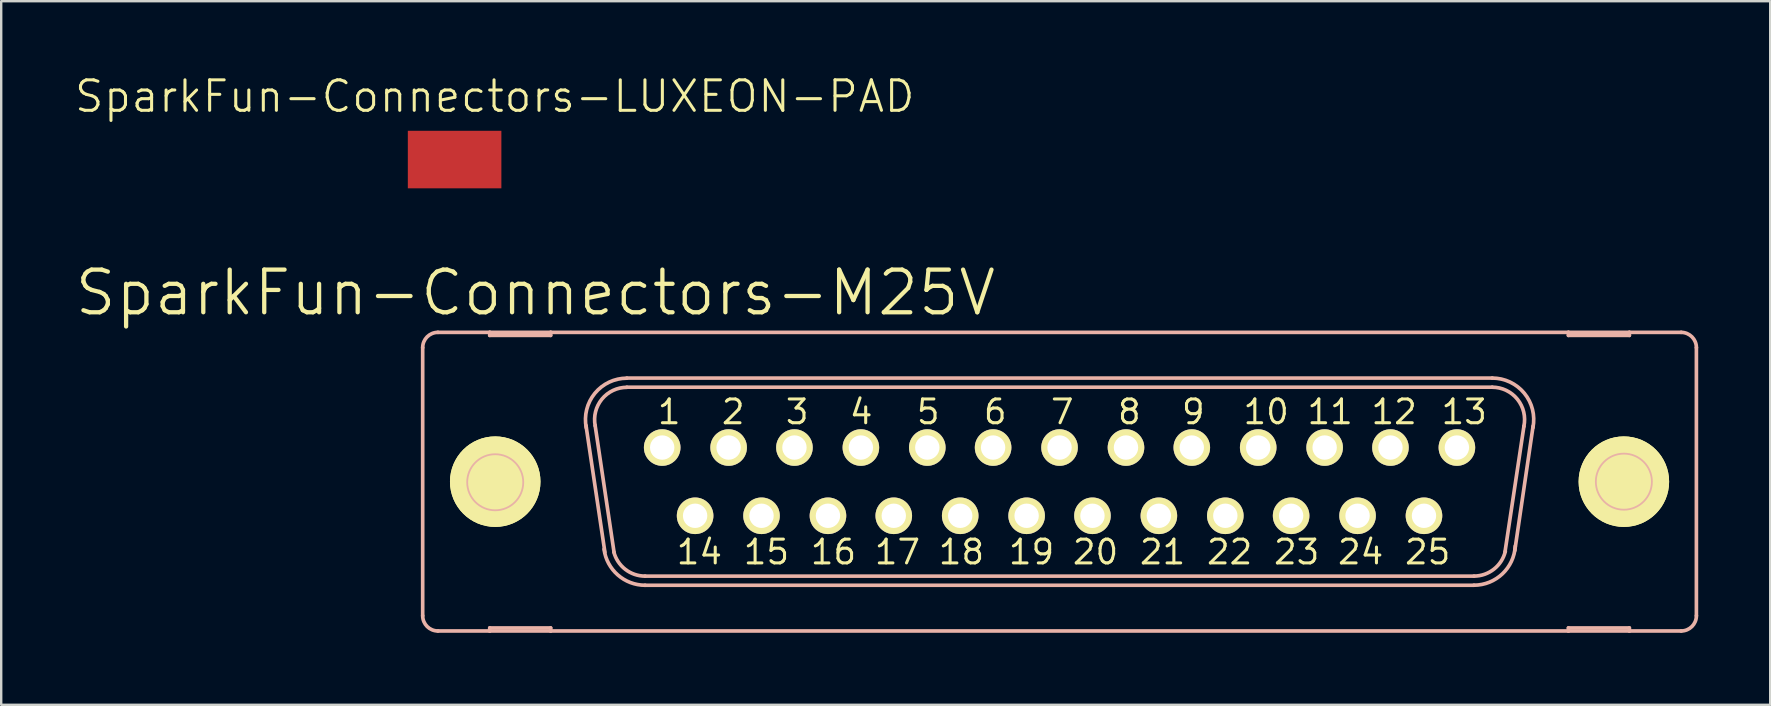
<source format=kicad_pcb>
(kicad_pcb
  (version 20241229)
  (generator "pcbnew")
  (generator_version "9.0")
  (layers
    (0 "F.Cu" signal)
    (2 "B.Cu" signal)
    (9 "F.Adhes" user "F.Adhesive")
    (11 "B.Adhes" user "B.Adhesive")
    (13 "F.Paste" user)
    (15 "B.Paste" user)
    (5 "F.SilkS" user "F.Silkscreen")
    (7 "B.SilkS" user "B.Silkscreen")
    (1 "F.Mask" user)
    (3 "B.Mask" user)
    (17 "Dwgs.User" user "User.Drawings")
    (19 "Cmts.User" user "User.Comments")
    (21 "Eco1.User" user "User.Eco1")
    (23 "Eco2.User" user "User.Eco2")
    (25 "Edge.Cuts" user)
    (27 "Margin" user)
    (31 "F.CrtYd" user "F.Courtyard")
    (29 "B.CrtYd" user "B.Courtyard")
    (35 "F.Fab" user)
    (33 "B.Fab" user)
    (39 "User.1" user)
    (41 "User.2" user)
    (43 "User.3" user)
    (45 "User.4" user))
  (footprint "SparkFun-Connectors-LUXEON-PAD"
    (layer "F.Cu")
    (at 15.897 3.6)
    (property "Reference" "SparkFun-Connectors-LUXEON-PAD" (at 1.674 -2.634 0) (layer "F.SilkS") (effects (font (size 1.27 1.27) (thickness 0.127))))
    (attr smd)
    (pad "P$1" smd rect (at 0 0) (size 3.899 2.398) (layers "F.Cu" "F.Mask" "F.Paste")))
  (footprint "SparkFun-Connectors-M25V"
    (layer "F.Cu")
    (at 41.11 17.025)
    (property "Reference" "SparkFun-Connectors-M25V" (at -21.844 -7.874 0) (layer "F.SilkS") (effects (font (size 1.778 1.778) (thickness 0.178))))
    (attr exclude_from_pos_files exclude_from_bom)
    (fp_line (start -25.171 0) (end -21.869 0) (stroke (width 0.127) (type solid)) (layer "F.SilkS"))
    (fp_line (start -23.52 1.651) (end -23.52 -1.651) (stroke (width 0.127) (type solid)) (layer "F.SilkS"))
    (fp_line (start 21.869 0) (end 25.171 0) (stroke (width 0.127) (type solid)) (layer "F.SilkS"))
    (fp_line (start 23.52 1.651) (end 23.52 -1.651) (stroke (width 0.127) (type solid)) (layer "F.SilkS"))
    (fp_circle (center -23.52 0) (end -24.854 1.333) (stroke (width 0) (type solid)) (fill yes) (layer "F.SilkS"))
    (fp_circle (center -23.52 0) (end -24.854 1.333) (stroke (width 0) (type solid)) (fill yes) (layer "F.SilkS"))
    (fp_circle (center -23.52 0) (end -24.346 0.826) (stroke (width 0.127) (type solid)) (fill no) (layer "F.SilkS"))
    (fp_circle (center -16.561 -1.422) (end -16.688 -1.549) (stroke (width 0.203) (type solid)) (fill no) (layer "F.SilkS"))
    (fp_circle (center -15.189 1.422) (end -15.316 1.549) (stroke (width 0.203) (type solid)) (fill no) (layer "F.SilkS"))
    (fp_circle (center -13.792 -1.422) (end -13.919 -1.549) (stroke (width 0.203) (type solid)) (fill no) (layer "F.SilkS"))
    (fp_circle (center -12.421 1.422) (end -12.548 1.549) (stroke (width 0.203) (type solid)) (fill no) (layer "F.SilkS"))
    (fp_circle (center -11.049 -1.422) (end -11.176 -1.549) (stroke (width 0.203) (type solid)) (fill no) (layer "F.SilkS"))
    (fp_circle (center -9.652 1.422) (end -9.779 1.549) (stroke (width 0.203) (type solid)) (fill no) (layer "F.SilkS"))
    (fp_circle (center -8.28 -1.422) (end -8.407 -1.549) (stroke (width 0.203) (type solid)) (fill no) (layer "F.SilkS"))
    (fp_circle (center -6.909 1.422) (end -7.036 1.549) (stroke (width 0.203) (type solid)) (fill no) (layer "F.SilkS"))
    (fp_circle (center -5.512 -1.422) (end -5.639 -1.549) (stroke (width 0.203) (type solid)) (fill no) (layer "F.SilkS"))
    (fp_circle (center -4.14 1.422) (end -4.267 1.549) (stroke (width 0.203) (type solid)) (fill no) (layer "F.SilkS"))
    (fp_circle (center -2.769 -1.422) (end -2.896 -1.549) (stroke (width 0.203) (type solid)) (fill no) (layer "F.SilkS"))
    (fp_circle (center -1.372 1.422) (end -1.499 1.549) (stroke (width 0.203) (type solid)) (fill no) (layer "F.SilkS"))
    (fp_circle (center 0 -1.422) (end -0.127 -1.549) (stroke (width 0.203) (type solid)) (fill no) (layer "F.SilkS"))
    (fp_circle (center 1.372 1.422) (end 1.499 1.549) (stroke (width 0.203) (type solid)) (fill no) (layer "F.SilkS"))
    (fp_circle (center 2.769 -1.422) (end 2.896 -1.549) (stroke (width 0.203) (type solid)) (fill no) (layer "F.SilkS"))
    (fp_circle (center 4.14 1.422) (end 4.267 1.549) (stroke (width 0.203) (type solid)) (fill no) (layer "F.SilkS"))
    (fp_circle (center 5.512 -1.422) (end 5.639 -1.549) (stroke (width 0.203) (type solid)) (fill no) (layer "F.SilkS"))
    (fp_circle (center 6.909 1.422) (end 7.036 1.549) (stroke (width 0.203) (type solid)) (fill no) (layer "F.SilkS"))
    (fp_circle (center 8.28 -1.422) (end 8.407 -1.549) (stroke (width 0.203) (type solid)) (fill no) (layer "F.SilkS"))
    (fp_circle (center 9.652 1.422) (end 9.779 1.549) (stroke (width 0.203) (type solid)) (fill no) (layer "F.SilkS"))
    (fp_circle (center 11.049 -1.422) (end 11.176 -1.549) (stroke (width 0.203) (type solid)) (fill no) (layer "F.SilkS"))
    (fp_circle (center 12.421 1.422) (end 12.548 1.549) (stroke (width 0.203) (type solid)) (fill no) (layer "F.SilkS"))
    (fp_circle (center 13.792 -1.422) (end 13.919 -1.549) (stroke (width 0.203) (type solid)) (fill no) (layer "F.SilkS"))
    (fp_circle (center 15.189 1.422) (end 15.316 1.549) (stroke (width 0.203) (type solid)) (fill no) (layer "F.SilkS"))
    (fp_circle (center 16.561 -1.422) (end 16.688 -1.549) (stroke (width 0.203) (type solid)) (fill no) (layer "F.SilkS"))
    (fp_circle (center 23.52 0) (end 24.346 0.826) (stroke (width 0.127) (type solid)) (fill no) (layer "F.SilkS"))
    (fp_circle (center 23.52 0) (end 24.854 1.333) (stroke (width 0) (type solid)) (fill yes) (layer "F.SilkS"))
    (fp_circle (center 23.52 0) (end 24.854 1.333) (stroke (width 0) (type solid)) (fill yes) (layer "F.SilkS"))
    (fp_line (start -26.543 -5.588) (end -26.543 5.588) (stroke (width 0.152) (type solid)) (layer "B.SilkS"))
    (fp_line (start -25.908 6.223) (end -23.749 6.223) (stroke (width 0.152) (type solid)) (layer "B.SilkS"))
    (fp_line (start -23.749 -6.223) (end -25.908 -6.223) (stroke (width 0.152) (type solid)) (layer "B.SilkS"))
    (fp_line (start -23.749 -6.223) (end -23.749 -6.096) (stroke (width 0.152) (type solid)) (layer "B.SilkS"))
    (fp_line (start -23.749 -6.096) (end -21.209 -6.096) (stroke (width 0.152) (type solid)) (layer "B.SilkS"))
    (fp_line (start -23.749 6.096) (end -21.209 6.096) (stroke (width 0.152) (type solid)) (layer "B.SilkS"))
    (fp_line (start -23.749 6.223) (end -23.749 6.096) (stroke (width 0.152) (type solid)) (layer "B.SilkS"))
    (fp_line (start -23.749 6.223) (end -21.209 6.223) (stroke (width 0.152) (type solid)) (layer "B.SilkS"))
    (fp_line (start -21.209 -6.223) (end -23.749 -6.223) (stroke (width 0.152) (type solid)) (layer "B.SilkS"))
    (fp_line (start -21.209 -6.096) (end -21.209 -6.223) (stroke (width 0.152) (type solid)) (layer "B.SilkS"))
    (fp_line (start -21.209 6.096) (end -21.209 6.223) (stroke (width 0.152) (type solid)) (layer "B.SilkS"))
    (fp_line (start -21.209 6.223) (end 21.209 6.223) (stroke (width 0.152) (type solid)) (layer "B.SilkS"))
    (fp_line (start -18.948 2.946) (end -19.736 -2.337) (stroke (width 0.152) (type solid)) (layer "B.SilkS"))
    (fp_line (start -18.567 2.946) (end -19.355 -2.337) (stroke (width 0.152) (type solid)) (layer "B.SilkS"))
    (fp_line (start -18.034 -4.318) (end 18.034 -4.318) (stroke (width 0.152) (type solid)) (layer "B.SilkS"))
    (fp_line (start -18.034 -3.937) (end 18.034 -3.937) (stroke (width 0.152) (type solid)) (layer "B.SilkS"))
    (fp_line (start -17.272 3.937) (end 17.272 3.937) (stroke (width 0.152) (type solid)) (layer "B.SilkS"))
    (fp_line (start -17.272 4.318) (end 17.272 4.318) (stroke (width 0.152) (type solid)) (layer "B.SilkS"))
    (fp_line (start 19.355 -2.311) (end 18.567 2.921) (stroke (width 0.152) (type solid)) (layer "B.SilkS"))
    (fp_line (start 19.736 -2.311) (end 18.974 2.87) (stroke (width 0.152) (type solid)) (layer "B.SilkS"))
    (fp_line (start 21.209 -6.223) (end -21.209 -6.223) (stroke (width 0.152) (type solid)) (layer "B.SilkS"))
    (fp_line (start 21.209 -6.223) (end 21.209 -6.096) (stroke (width 0.152) (type solid)) (layer "B.SilkS"))
    (fp_line (start 21.209 -6.096) (end 23.749 -6.096) (stroke (width 0.152) (type solid)) (layer "B.SilkS"))
    (fp_line (start 21.209 6.096) (end 23.749 6.096) (stroke (width 0.152) (type solid)) (layer "B.SilkS"))
    (fp_line (start 21.209 6.223) (end 21.209 6.096) (stroke (width 0.152) (type solid)) (layer "B.SilkS"))
    (fp_line (start 21.209 6.223) (end 23.749 6.223) (stroke (width 0.152) (type solid)) (layer "B.SilkS"))
    (fp_line (start 23.749 -6.223) (end 21.209 -6.223) (stroke (width 0.152) (type solid)) (layer "B.SilkS"))
    (fp_line (start 23.749 -6.096) (end 23.749 -6.223) (stroke (width 0.152) (type solid)) (layer "B.SilkS"))
    (fp_line (start 23.749 6.096) (end 23.749 6.223) (stroke (width 0.152) (type solid)) (layer "B.SilkS"))
    (fp_line (start 23.749 6.223) (end 25.908 6.223) (stroke (width 0.152) (type solid)) (layer "B.SilkS"))
    (fp_line (start 25.908 -6.223) (end 23.749 -6.223) (stroke (width 0.152) (type solid)) (layer "B.SilkS"))
    (fp_line (start 26.543 -5.588) (end 26.543 5.588) (stroke (width 0.152) (type solid)) (layer "B.SilkS"))
    (fp_arc (start -26.543 -5.588) (mid -26.357013 -6.037013) (end -25.908 -6.223) (stroke (width 0.1524) (type solid)) (layer "B.SilkS"))
    (fp_arc (start -25.908 6.223) (mid -26.357013 6.037013) (end -26.543 5.588) (stroke (width 0.1524) (type solid)) (layer "B.SilkS"))
    (fp_arc (start -19.72564 -2.25044) (mid -19.367826 -3.682187) (end -18.033801 -4.313302) (stroke (width 0.1524) (type solid)) (layer "B.SilkS"))
    (fp_arc (start -19.35226 -2.32664) (mid -19.072158 -3.441772) (end -18.03224 -3.932229) (stroke (width 0.1524) (type solid)) (layer "B.SilkS"))
    (fp_arc (start -17.272 3.937) (mid -18.096791 3.655415) (end -18.577188 2.928236) (stroke (width 0.1524) (type solid)) (layer "B.SilkS"))
    (fp_arc (start -17.272 4.318) (mid -18.410733 3.888069) (end -18.984341 2.814511) (stroke (width 0.1524) (type solid)) (layer "B.SilkS"))
    (fp_arc (start 18.034 -4.318) (mid 19.370628 -3.686179) (end 19.730797 -2.252285) (stroke (width 0.1524) (type solid)) (layer "B.SilkS"))
    (fp_arc (start 18.034 -3.937) (mid 19.083648 -3.435219) (end 19.35228 -2.303238) (stroke (width 0.1524) (type solid)) (layer "B.SilkS"))
    (fp_arc (start 18.5801 2.90322) (mid 18.104662 3.646284) (end 17.271518 3.936211) (stroke (width 0.1524) (type solid)) (layer "B.SilkS"))
    (fp_arc (start 18.99412 2.68478) (mid 18.456237 3.843381) (end 17.269364 4.315619) (stroke (width 0.1524) (type solid)) (layer "B.SilkS"))
    (fp_arc (start 25.908 -6.223) (mid 26.357013 -6.037013) (end 26.543 -5.588) (stroke (width 0.1524) (type solid)) (layer "B.SilkS"))
    (fp_arc (start 26.543 5.588) (mid 26.357013 6.037013) (end 25.908 6.223) (stroke (width 0.1524) (type solid)) (layer "B.SilkS"))
    (fp_circle (center -23.52 0.025) (end -24.346 0.851) (stroke (width 0.076) (type solid)) (fill no) (layer "B.SilkS"))
    (fp_circle (center 23.52 0) (end 24.346 0.826) (stroke (width 0.076) (type solid)) (fill no) (layer "B.SilkS"))
    (fp_text user "7" (at 0.114 -2.908 0) (layer "F.SilkS") (effects (font (size 0.991 0.991) (thickness 0.127))))
    (fp_text user "15" (at -12.217 2.934 0) (layer "F.SilkS") (effects (font (size 0.991 0.991) (thickness 0.127))))
    (fp_text user "18" (at -4.089 2.934 0) (layer "F.SilkS") (effects (font (size 0.991 0.991) (thickness 0.127))))
    (fp_text user "4" (at -8.268 -2.908 0) (layer "F.SilkS") (effects (font (size 0.991 0.991) (thickness 0.127))))
    (fp_text user "14" (at -15.011 2.934 0) (layer "F.SilkS") (effects (font (size 0.991 0.991) (thickness 0.127))))
    (fp_text user "17" (at -6.756 2.934 0) (layer "F.SilkS") (effects (font (size 0.991 0.991) (thickness 0.127))))
    (fp_text user "22" (at 7.087 2.934 0) (layer "F.SilkS") (effects (font (size 0.991 0.991) (thickness 0.127))))
    (fp_text user "5" (at -5.474 -2.908 0) (layer "F.SilkS") (effects (font (size 0.991 0.991) (thickness 0.127))))
    (fp_text user "25" (at 15.342 2.934 0) (layer "F.SilkS") (effects (font (size 0.991 0.991) (thickness 0.127))))
    (fp_text user "20" (at 1.499 2.934 0) (layer "F.SilkS") (effects (font (size 0.991 0.991) (thickness 0.127))))
    (fp_text user "6" (at -2.68 -2.908 0) (layer "F.SilkS") (effects (font (size 0.991 0.991) (thickness 0.127))))
    (fp_text user "11" (at 11.278 -2.908 0) (layer "F.SilkS") (effects (font (size 0.991 0.991) (thickness 0.127))))
    (fp_text user "21" (at 4.293 2.934 0) (layer "F.SilkS") (effects (font (size 0.991 0.991) (thickness 0.127))))
    (fp_text user "16" (at -9.423 2.934 0) (layer "F.SilkS") (effects (font (size 0.991 0.991) (thickness 0.127))))
    (fp_text user "13" (at 16.866 -2.908 0) (layer "F.SilkS") (effects (font (size 0.991 0.991) (thickness 0.127))))
    (fp_text user "1" (at -16.269 -2.908 0) (layer "F.SilkS") (effects (font (size 0.991 0.991) (thickness 0.127))))
    (fp_text user "2" (at -13.602 -2.908 0) (layer "F.SilkS") (effects (font (size 0.991 0.991) (thickness 0.127))))
    (fp_text user "12" (at 13.945 -2.908 0) (layer "F.SilkS") (effects (font (size 0.991 0.991) (thickness 0.127))))
    (fp_text user "10" (at 8.611 -2.908 0) (layer "F.SilkS") (effects (font (size 0.991 0.991) (thickness 0.127))))
    (fp_text user "24" (at 12.548 2.934 0) (layer "F.SilkS") (effects (font (size 0.991 0.991) (thickness 0.127))))
    (fp_text user "9" (at 5.575 -2.908 0) (layer "F.SilkS") (effects (font (size 0.991 0.991) (thickness 0.127))))
    (fp_text user "3" (at -10.935 -2.908 0) (layer "F.SilkS") (effects (font (size 0.991 0.991) (thickness 0.127))))
    (fp_text user "19" (at -1.168 2.934 0) (layer "F.SilkS") (effects (font (size 0.991 0.991) (thickness 0.127))))
    (fp_text user "23" (at 9.881 2.934 0) (layer "F.SilkS") (effects (font (size 0.991 0.991) (thickness 0.127))))
    (fp_text user "8" (at 2.908 -2.908 0) (layer "F.SilkS") (effects (font (size 0.991 0.991) (thickness 0.127))))
    (pad "1" thru_hole circle (at -16.561 -1.422) (size 1.524 1.524) (drill 1.016) (layers "*.Cu" "F.Mask" "F.SilkS" "F.Paste"))
    (pad "2" thru_hole circle (at -13.792 -1.422) (size 1.524 1.524) (drill 1.016) (layers "*.Cu" "F.Mask" "F.SilkS" "F.Paste"))
    (pad "3" thru_hole circle (at -11.049 -1.422) (size 1.524 1.524) (drill 1.016) (layers "*.Cu" "F.Mask" "F.SilkS" "F.Paste"))
    (pad "4" thru_hole circle (at -8.28 -1.422) (size 1.524 1.524) (drill 1.016) (layers "*.Cu" "F.Mask" "F.SilkS" "F.Paste"))
    (pad "5" thru_hole circle (at -5.512 -1.422) (size 1.524 1.524) (drill 1.016) (layers "*.Cu" "F.Mask" "F.SilkS" "F.Paste"))
    (pad "6" thru_hole circle (at -2.769 -1.422) (size 1.524 1.524) (drill 1.016) (layers "*.Cu" "F.Mask" "F.SilkS" "F.Paste"))
    (pad "7" thru_hole circle (at 0 -1.422) (size 1.524 1.524) (drill 1.016) (layers "*.Cu" "F.Mask" "F.SilkS" "F.Paste"))
    (pad "8" thru_hole circle (at 2.769 -1.422) (size 1.524 1.524) (drill 1.016) (layers "*.Cu" "F.Mask" "F.SilkS" "F.Paste"))
    (pad "9" thru_hole circle (at 5.512 -1.422) (size 1.524 1.524) (drill 1.016) (layers "*.Cu" "F.Mask" "F.SilkS" "F.Paste"))
    (pad "10" thru_hole circle (at 8.28 -1.422) (size 1.524 1.524) (drill 1.016) (layers "*.Cu" "F.Mask" "F.SilkS" "F.Paste"))
    (pad "11" thru_hole circle (at 11.049 -1.422) (size 1.524 1.524) (drill 1.016) (layers "*.Cu" "F.Mask" "F.SilkS" "F.Paste"))
    (pad "12" thru_hole circle (at 13.792 -1.422) (size 1.524 1.524) (drill 1.016) (layers "*.Cu" "F.Mask" "F.SilkS" "F.Paste"))
    (pad "13" thru_hole circle (at 16.561 -1.422) (size 1.524 1.524) (drill 1.016) (layers "*.Cu" "F.Mask" "F.SilkS" "F.Paste"))
    (pad "14" thru_hole circle (at -15.189 1.422) (size 1.524 1.524) (drill 1.016) (layers "*.Cu" "F.Mask" "F.SilkS" "F.Paste"))
    (pad "15" thru_hole circle (at -12.421 1.422) (size 1.524 1.524) (drill 1.016) (layers "*.Cu" "F.Mask" "F.SilkS" "F.Paste"))
    (pad "16" thru_hole circle (at -9.652 1.422) (size 1.524 1.524) (drill 1.016) (layers "*.Cu" "F.Mask" "F.SilkS" "F.Paste"))
    (pad "17" thru_hole circle (at -6.909 1.422) (size 1.524 1.524) (drill 1.016) (layers "*.Cu" "F.Mask" "F.SilkS" "F.Paste"))
    (pad "18" thru_hole circle (at -4.14 1.422) (size 1.524 1.524) (drill 1.016) (layers "*.Cu" "F.Mask" "F.SilkS" "F.Paste"))
    (pad "19" thru_hole circle (at -1.372 1.422) (size 1.524 1.524) (drill 1.016) (layers "*.Cu" "F.Mask" "F.SilkS" "F.Paste"))
    (pad "20" thru_hole circle (at 1.372 1.422) (size 1.524 1.524) (drill 1.016) (layers "*.Cu" "F.Mask" "F.SilkS" "F.Paste"))
    (pad "21" thru_hole circle (at 4.14 1.422) (size 1.524 1.524) (drill 1.016) (layers "*.Cu" "F.Mask" "F.SilkS" "F.Paste"))
    (pad "22" thru_hole circle (at 6.909 1.422) (size 1.524 1.524) (drill 1.016) (layers "*.Cu" "F.Mask" "F.SilkS" "F.Paste"))
    (pad "23" thru_hole circle (at 9.652 1.422) (size 1.524 1.524) (drill 1.016) (layers "*.Cu" "F.Mask" "F.SilkS" "F.Paste"))
    (pad "24" thru_hole circle (at 12.421 1.422) (size 1.524 1.524) (drill 1.016) (layers "*.Cu" "F.Mask" "F.SilkS" "F.Paste"))
    (pad "25" thru_hole circle (at 15.189 1.422) (size 1.524 1.524) (drill 1.016) (layers "*.Cu" "F.Mask" "F.SilkS" "F.Paste")))
  (gr_rect
    (start -3 -3)
    (end 70.729 26.324)
    (stroke (width 0.1) (type default))
    (fill no)
    (layer "Edge.Cuts")))
</source>
